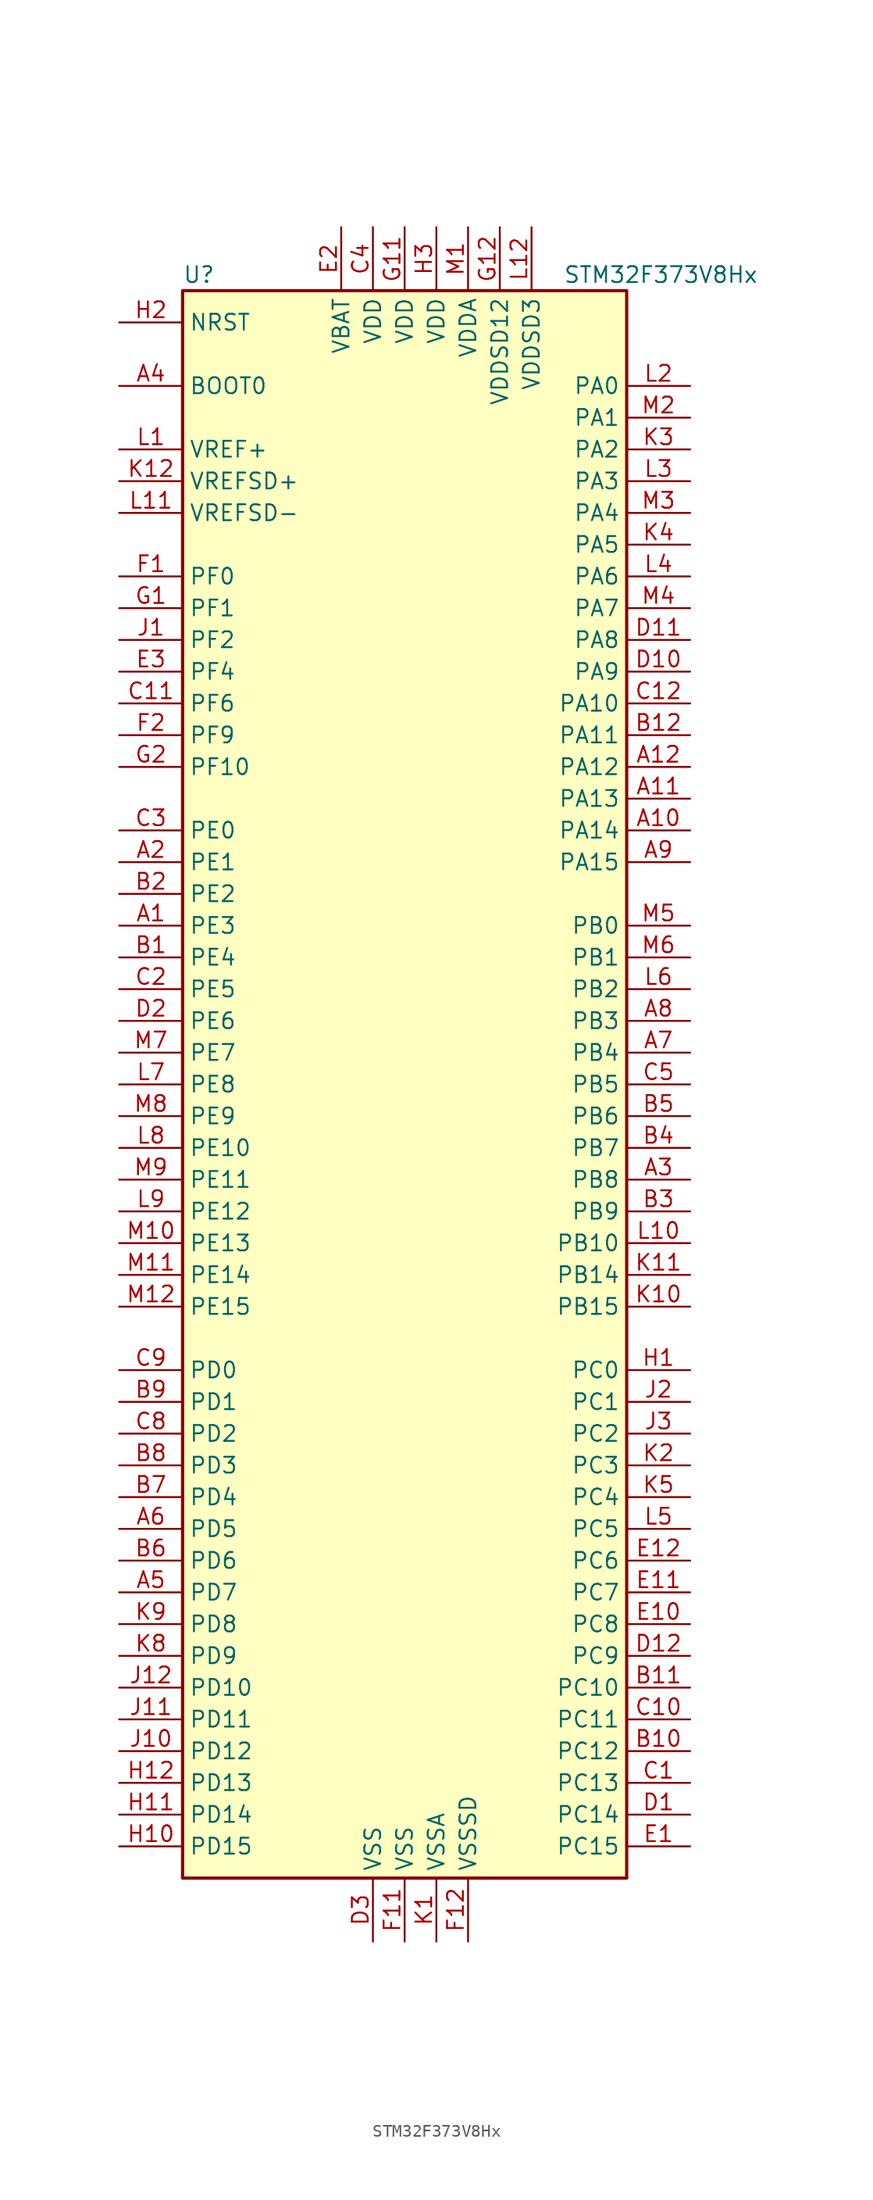
<source format=kicad_sym>
(kicad_symbol_lib
  (version 20211014)
  (generator kicad_symbol_editor)
  (symbol "STM32F373V8Hx"
    (property "Reference" "U"
      (at -17.78 64.77 0)
      (effects (font (size 1.27 1.27)) (justify left)))
    (property "Value" "STM32F373V8Hx"
      (at 12.7 64.77 0)
      (effects (font (size 1.27 1.27)) (justify left)))
    (symbol "STM32F373V8Hx_0_1"
      (rectangle (start -17.78 -63.5) (end 17.78 63.5) (stroke (width 0.254) (type default) (color 0 0 0 0)) (fill (type background))))
    (symbol "STM32F373V8Hx_1_1"
      (pin bidirectional line (at -22.86 12.7 0) (length 5.08) (name "PE3" (effects (font (size 1.27 1.27)))) (number "A1" (effects (font (size 1.27 1.27)))))
      (pin bidirectional line (at 22.86 20.32 180) (length 5.08) (name "PA14" (effects (font (size 1.27 1.27)))) (number "A10" (effects (font (size 1.27 1.27)))))
      (pin bidirectional line (at 22.86 22.86 180) (length 5.08) (name "PA13" (effects (font (size 1.27 1.27)))) (number "A11" (effects (font (size 1.27 1.27)))))
      (pin bidirectional line (at 22.86 25.4 180) (length 5.08) (name "PA12" (effects (font (size 1.27 1.27)))) (number "A12" (effects (font (size 1.27 1.27)))))
      (pin bidirectional line (at -22.86 17.78 0) (length 5.08) (name "PE1" (effects (font (size 1.27 1.27)))) (number "A2" (effects (font (size 1.27 1.27)))))
      (pin bidirectional line (at 22.86 -7.62 180) (length 5.08) (name "PB8" (effects (font (size 1.27 1.27)))) (number "A3" (effects (font (size 1.27 1.27)))))
      (pin input line (at -22.86 55.88 0) (length 5.08) (name "BOOT0" (effects (font (size 1.27 1.27)))) (number "A4" (effects (font (size 1.27 1.27)))))
      (pin bidirectional line (at -22.86 -40.64 0) (length 5.08) (name "PD7" (effects (font (size 1.27 1.27)))) (number "A5" (effects (font (size 1.27 1.27)))))
      (pin bidirectional line (at -22.86 -35.56 0) (length 5.08) (name "PD5" (effects (font (size 1.27 1.27)))) (number "A6" (effects (font (size 1.27 1.27)))))
      (pin bidirectional line (at 22.86 2.54 180) (length 5.08) (name "PB4" (effects (font (size 1.27 1.27)))) (number "A7" (effects (font (size 1.27 1.27)))))
      (pin bidirectional line (at 22.86 5.08 180) (length 5.08) (name "PB3" (effects (font (size 1.27 1.27)))) (number "A8" (effects (font (size 1.27 1.27)))))
      (pin bidirectional line (at 22.86 17.78 180) (length 5.08) (name "PA15" (effects (font (size 1.27 1.27)))) (number "A9" (effects (font (size 1.27 1.27)))))
      (pin bidirectional line (at -22.86 10.16 0) (length 5.08) (name "PE4" (effects (font (size 1.27 1.27)))) (number "B1" (effects (font (size 1.27 1.27)))))
      (pin bidirectional line (at 22.86 -53.34 180) (length 5.08) (name "PC12" (effects (font (size 1.27 1.27)))) (number "B10" (effects (font (size 1.27 1.27)))))
      (pin bidirectional line (at 22.86 -48.26 180) (length 5.08) (name "PC10" (effects (font (size 1.27 1.27)))) (number "B11" (effects (font (size 1.27 1.27)))))
      (pin bidirectional line (at 22.86 27.94 180) (length 5.08) (name "PA11" (effects (font (size 1.27 1.27)))) (number "B12" (effects (font (size 1.27 1.27)))))
      (pin bidirectional line (at -22.86 15.24 0) (length 5.08) (name "PE2" (effects (font (size 1.27 1.27)))) (number "B2" (effects (font (size 1.27 1.27)))))
      (pin bidirectional line (at 22.86 -10.16 180) (length 5.08) (name "PB9" (effects (font (size 1.27 1.27)))) (number "B3" (effects (font (size 1.27 1.27)))))
      (pin bidirectional line (at 22.86 -5.08 180) (length 5.08) (name "PB7" (effects (font (size 1.27 1.27)))) (number "B4" (effects (font (size 1.27 1.27)))))
      (pin bidirectional line (at 22.86 -2.54 180) (length 5.08) (name "PB6" (effects (font (size 1.27 1.27)))) (number "B5" (effects (font (size 1.27 1.27)))))
      (pin bidirectional line (at -22.86 -38.1 0) (length 5.08) (name "PD6" (effects (font (size 1.27 1.27)))) (number "B6" (effects (font (size 1.27 1.27)))))
      (pin bidirectional line (at -22.86 -33.02 0) (length 5.08) (name "PD4" (effects (font (size 1.27 1.27)))) (number "B7" (effects (font (size 1.27 1.27)))))
      (pin bidirectional line (at -22.86 -30.48 0) (length 5.08) (name "PD3" (effects (font (size 1.27 1.27)))) (number "B8" (effects (font (size 1.27 1.27)))))
      (pin bidirectional line (at -22.86 -25.4 0) (length 5.08) (name "PD1" (effects (font (size 1.27 1.27)))) (number "B9" (effects (font (size 1.27 1.27)))))
      (pin bidirectional line (at 22.86 -55.88 180) (length 5.08) (name "PC13" (effects (font (size 1.27 1.27)))) (number "C1" (effects (font (size 1.27 1.27)))))
      (pin bidirectional line (at 22.86 -50.8 180) (length 5.08) (name "PC11" (effects (font (size 1.27 1.27)))) (number "C10" (effects (font (size 1.27 1.27)))))
      (pin bidirectional line (at -22.86 30.48 0) (length 5.08) (name "PF6" (effects (font (size 1.27 1.27)))) (number "C11" (effects (font (size 1.27 1.27)))))
      (pin bidirectional line (at 22.86 30.48 180) (length 5.08) (name "PA10" (effects (font (size 1.27 1.27)))) (number "C12" (effects (font (size 1.27 1.27)))))
      (pin bidirectional line (at -22.86 7.62 0) (length 5.08) (name "PE5" (effects (font (size 1.27 1.27)))) (number "C2" (effects (font (size 1.27 1.27)))))
      (pin bidirectional line (at -22.86 20.32 0) (length 5.08) (name "PE0" (effects (font (size 1.27 1.27)))) (number "C3" (effects (font (size 1.27 1.27)))))
      (pin power_in line (at -2.54 68.58 270) (length 5.08) (name "VDD" (effects (font (size 1.27 1.27)))) (number "C4" (effects (font (size 1.27 1.27)))))
      (pin bidirectional line (at 22.86 0 180) (length 5.08) (name "PB5" (effects (font (size 1.27 1.27)))) (number "C5" (effects (font (size 1.27 1.27)))))
      (pin bidirectional line (at -22.86 -27.94 0) (length 5.08) (name "PD2" (effects (font (size 1.27 1.27)))) (number "C8" (effects (font (size 1.27 1.27)))))
      (pin bidirectional line (at -22.86 -22.86 0) (length 5.08) (name "PD0" (effects (font (size 1.27 1.27)))) (number "C9" (effects (font (size 1.27 1.27)))))
      (pin bidirectional line (at 22.86 -58.42 180) (length 5.08) (name "PC14" (effects (font (size 1.27 1.27)))) (number "D1" (effects (font (size 1.27 1.27)))))
      (pin bidirectional line (at 22.86 33.02 180) (length 5.08) (name "PA9" (effects (font (size 1.27 1.27)))) (number "D10" (effects (font (size 1.27 1.27)))))
      (pin bidirectional line (at 22.86 35.56 180) (length 5.08) (name "PA8" (effects (font (size 1.27 1.27)))) (number "D11" (effects (font (size 1.27 1.27)))))
      (pin bidirectional line (at 22.86 -45.72 180) (length 5.08) (name "PC9" (effects (font (size 1.27 1.27)))) (number "D12" (effects (font (size 1.27 1.27)))))
      (pin bidirectional line (at -22.86 5.08 0) (length 5.08) (name "PE6" (effects (font (size 1.27 1.27)))) (number "D2" (effects (font (size 1.27 1.27)))))
      (pin power_in line (at -2.54 -68.58 90) (length 5.08) (name "VSS" (effects (font (size 1.27 1.27)))) (number "D3" (effects (font (size 1.27 1.27)))))
      (pin bidirectional line (at 22.86 -60.96 180) (length 5.08) (name "PC15" (effects (font (size 1.27 1.27)))) (number "E1" (effects (font (size 1.27 1.27)))))
      (pin bidirectional line (at 22.86 -43.18 180) (length 5.08) (name "PC8" (effects (font (size 1.27 1.27)))) (number "E10" (effects (font (size 1.27 1.27)))))
      (pin bidirectional line (at 22.86 -40.64 180) (length 5.08) (name "PC7" (effects (font (size 1.27 1.27)))) (number "E11" (effects (font (size 1.27 1.27)))))
      (pin bidirectional line (at 22.86 -38.1 180) (length 5.08) (name "PC6" (effects (font (size 1.27 1.27)))) (number "E12" (effects (font (size 1.27 1.27)))))
      (pin power_in line (at -5.08 68.58 270) (length 5.08) (name "VBAT" (effects (font (size 1.27 1.27)))) (number "E2" (effects (font (size 1.27 1.27)))))
      (pin bidirectional line (at -22.86 33.02 0) (length 5.08) (name "PF4" (effects (font (size 1.27 1.27)))) (number "E3" (effects (font (size 1.27 1.27)))))
      (pin input line (at -22.86 40.64 0) (length 5.08) (name "PF0" (effects (font (size 1.27 1.27)))) (number "F1" (effects (font (size 1.27 1.27)))))
      (pin power_in line (at 0 -68.58 90) (length 5.08) (name "VSS" (effects (font (size 1.27 1.27)))) (number "F11" (effects (font (size 1.27 1.27)))))
      (pin power_in line (at 5.08 -68.58 90) (length 5.08) (name "VSSSD" (effects (font (size 1.27 1.27)))) (number "F12" (effects (font (size 1.27 1.27)))))
      (pin bidirectional line (at -22.86 27.94 0) (length 5.08) (name "PF9" (effects (font (size 1.27 1.27)))) (number "F2" (effects (font (size 1.27 1.27)))))
      (pin input line (at -22.86 38.1 0) (length 5.08) (name "PF1" (effects (font (size 1.27 1.27)))) (number "G1" (effects (font (size 1.27 1.27)))))
      (pin power_in line (at 0 68.58 270) (length 5.08) (name "VDD" (effects (font (size 1.27 1.27)))) (number "G11" (effects (font (size 1.27 1.27)))))
      (pin power_in line (at 7.62 68.58 270) (length 5.08) (name "VDDSD12" (effects (font (size 1.27 1.27)))) (number "G12" (effects (font (size 1.27 1.27)))))
      (pin bidirectional line (at -22.86 25.4 0) (length 5.08) (name "PF10" (effects (font (size 1.27 1.27)))) (number "G2" (effects (font (size 1.27 1.27)))))
      (pin bidirectional line (at 22.86 -22.86 180) (length 5.08) (name "PC0" (effects (font (size 1.27 1.27)))) (number "H1" (effects (font (size 1.27 1.27)))))
      (pin bidirectional line (at -22.86 -60.96 0) (length 5.08) (name "PD15" (effects (font (size 1.27 1.27)))) (number "H10" (effects (font (size 1.27 1.27)))))
      (pin bidirectional line (at -22.86 -58.42 0) (length 5.08) (name "PD14" (effects (font (size 1.27 1.27)))) (number "H11" (effects (font (size 1.27 1.27)))))
      (pin bidirectional line (at -22.86 -55.88 0) (length 5.08) (name "PD13" (effects (font (size 1.27 1.27)))) (number "H12" (effects (font (size 1.27 1.27)))))
      (pin input line (at -22.86 60.96 0) (length 5.08) (name "NRST" (effects (font (size 1.27 1.27)))) (number "H2" (effects (font (size 1.27 1.27)))))
      (pin power_in line (at 2.54 68.58 270) (length 5.08) (name "VDD" (effects (font (size 1.27 1.27)))) (number "H3" (effects (font (size 1.27 1.27)))))
      (pin bidirectional line (at -22.86 35.56 0) (length 5.08) (name "PF2" (effects (font (size 1.27 1.27)))) (number "J1" (effects (font (size 1.27 1.27)))))
      (pin bidirectional line (at -22.86 -53.34 0) (length 5.08) (name "PD12" (effects (font (size 1.27 1.27)))) (number "J10" (effects (font (size 1.27 1.27)))))
      (pin bidirectional line (at -22.86 -50.8 0) (length 5.08) (name "PD11" (effects (font (size 1.27 1.27)))) (number "J11" (effects (font (size 1.27 1.27)))))
      (pin bidirectional line (at -22.86 -48.26 0) (length 5.08) (name "PD10" (effects (font (size 1.27 1.27)))) (number "J12" (effects (font (size 1.27 1.27)))))
      (pin bidirectional line (at 22.86 -25.4 180) (length 5.08) (name "PC1" (effects (font (size 1.27 1.27)))) (number "J2" (effects (font (size 1.27 1.27)))))
      (pin bidirectional line (at 22.86 -27.94 180) (length 5.08) (name "PC2" (effects (font (size 1.27 1.27)))) (number "J3" (effects (font (size 1.27 1.27)))))
      (pin power_in line (at 2.54 -68.58 90) (length 5.08) (name "VSSA" (effects (font (size 1.27 1.27)))) (number "K1" (effects (font (size 1.27 1.27)))))
      (pin bidirectional line (at 22.86 -17.78 180) (length 5.08) (name "PB15" (effects (font (size 1.27 1.27)))) (number "K10" (effects (font (size 1.27 1.27)))))
      (pin bidirectional line (at 22.86 -15.24 180) (length 5.08) (name "PB14" (effects (font (size 1.27 1.27)))) (number "K11" (effects (font (size 1.27 1.27)))))
      (pin power_in line (at -22.86 48.26 0) (length 5.08) (name "VREFSD+" (effects (font (size 1.27 1.27)))) (number "K12" (effects (font (size 1.27 1.27)))))
      (pin bidirectional line (at 22.86 -30.48 180) (length 5.08) (name "PC3" (effects (font (size 1.27 1.27)))) (number "K2" (effects (font (size 1.27 1.27)))))
      (pin bidirectional line (at 22.86 50.8 180) (length 5.08) (name "PA2" (effects (font (size 1.27 1.27)))) (number "K3" (effects (font (size 1.27 1.27)))))
      (pin bidirectional line (at 22.86 43.18 180) (length 5.08) (name "PA5" (effects (font (size 1.27 1.27)))) (number "K4" (effects (font (size 1.27 1.27)))))
      (pin bidirectional line (at 22.86 -33.02 180) (length 5.08) (name "PC4" (effects (font (size 1.27 1.27)))) (number "K5" (effects (font (size 1.27 1.27)))))
      (pin bidirectional line (at -22.86 -45.72 0) (length 5.08) (name "PD9" (effects (font (size 1.27 1.27)))) (number "K8" (effects (font (size 1.27 1.27)))))
      (pin bidirectional line (at -22.86 -43.18 0) (length 5.08) (name "PD8" (effects (font (size 1.27 1.27)))) (number "K9" (effects (font (size 1.27 1.27)))))
      (pin power_in line (at -22.86 50.8 0) (length 5.08) (name "VREF+" (effects (font (size 1.27 1.27)))) (number "L1" (effects (font (size 1.27 1.27)))))
      (pin bidirectional line (at 22.86 -12.7 180) (length 5.08) (name "PB10" (effects (font (size 1.27 1.27)))) (number "L10" (effects (font (size 1.27 1.27)))))
      (pin power_in line (at -22.86 45.72 0) (length 5.08) (name "VREFSD-" (effects (font (size 1.27 1.27)))) (number "L11" (effects (font (size 1.27 1.27)))))
      (pin power_in line (at 10.16 68.58 270) (length 5.08) (name "VDDSD3" (effects (font (size 1.27 1.27)))) (number "L12" (effects (font (size 1.27 1.27)))))
      (pin bidirectional line (at 22.86 55.88 180) (length 5.08) (name "PA0" (effects (font (size 1.27 1.27)))) (number "L2" (effects (font (size 1.27 1.27)))))
      (pin bidirectional line (at 22.86 48.26 180) (length 5.08) (name "PA3" (effects (font (size 1.27 1.27)))) (number "L3" (effects (font (size 1.27 1.27)))))
      (pin bidirectional line (at 22.86 40.64 180) (length 5.08) (name "PA6" (effects (font (size 1.27 1.27)))) (number "L4" (effects (font (size 1.27 1.27)))))
      (pin bidirectional line (at 22.86 -35.56 180) (length 5.08) (name "PC5" (effects (font (size 1.27 1.27)))) (number "L5" (effects (font (size 1.27 1.27)))))
      (pin bidirectional line (at 22.86 7.62 180) (length 5.08) (name "PB2" (effects (font (size 1.27 1.27)))) (number "L6" (effects (font (size 1.27 1.27)))))
      (pin bidirectional line (at -22.86 0 0) (length 5.08) (name "PE8" (effects (font (size 1.27 1.27)))) (number "L7" (effects (font (size 1.27 1.27)))))
      (pin bidirectional line (at -22.86 -5.08 0) (length 5.08) (name "PE10" (effects (font (size 1.27 1.27)))) (number "L8" (effects (font (size 1.27 1.27)))))
      (pin bidirectional line (at -22.86 -10.16 0) (length 5.08) (name "PE12" (effects (font (size 1.27 1.27)))) (number "L9" (effects (font (size 1.27 1.27)))))
      (pin power_in line (at 5.08 68.58 270) (length 5.08) (name "VDDA" (effects (font (size 1.27 1.27)))) (number "M1" (effects (font (size 1.27 1.27)))))
      (pin bidirectional line (at -22.86 -12.7 0) (length 5.08) (name "PE13" (effects (font (size 1.27 1.27)))) (number "M10" (effects (font (size 1.27 1.27)))))
      (pin bidirectional line (at -22.86 -15.24 0) (length 5.08) (name "PE14" (effects (font (size 1.27 1.27)))) (number "M11" (effects (font (size 1.27 1.27)))))
      (pin bidirectional line (at -22.86 -17.78 0) (length 5.08) (name "PE15" (effects (font (size 1.27 1.27)))) (number "M12" (effects (font (size 1.27 1.27)))))
      (pin bidirectional line (at 22.86 53.34 180) (length 5.08) (name "PA1" (effects (font (size 1.27 1.27)))) (number "M2" (effects (font (size 1.27 1.27)))))
      (pin bidirectional line (at 22.86 45.72 180) (length 5.08) (name "PA4" (effects (font (size 1.27 1.27)))) (number "M3" (effects (font (size 1.27 1.27)))))
      (pin bidirectional line (at 22.86 38.1 180) (length 5.08) (name "PA7" (effects (font (size 1.27 1.27)))) (number "M4" (effects (font (size 1.27 1.27)))))
      (pin bidirectional line (at 22.86 12.7 180) (length 5.08) (name "PB0" (effects (font (size 1.27 1.27)))) (number "M5" (effects (font (size 1.27 1.27)))))
      (pin bidirectional line (at 22.86 10.16 180) (length 5.08) (name "PB1" (effects (font (size 1.27 1.27)))) (number "M6" (effects (font (size 1.27 1.27)))))
      (pin bidirectional line (at -22.86 2.54 0) (length 5.08) (name "PE7" (effects (font (size 1.27 1.27)))) (number "M7" (effects (font (size 1.27 1.27)))))
      (pin bidirectional line (at -22.86 -2.54 0) (length 5.08) (name "PE9" (effects (font (size 1.27 1.27)))) (number "M8" (effects (font (size 1.27 1.27)))))
      (pin bidirectional line (at -22.86 -7.62 0) (length 5.08) (name "PE11" (effects (font (size 1.27 1.27)))) (number "M9" (effects (font (size 1.27 1.27))))))))
</source>
